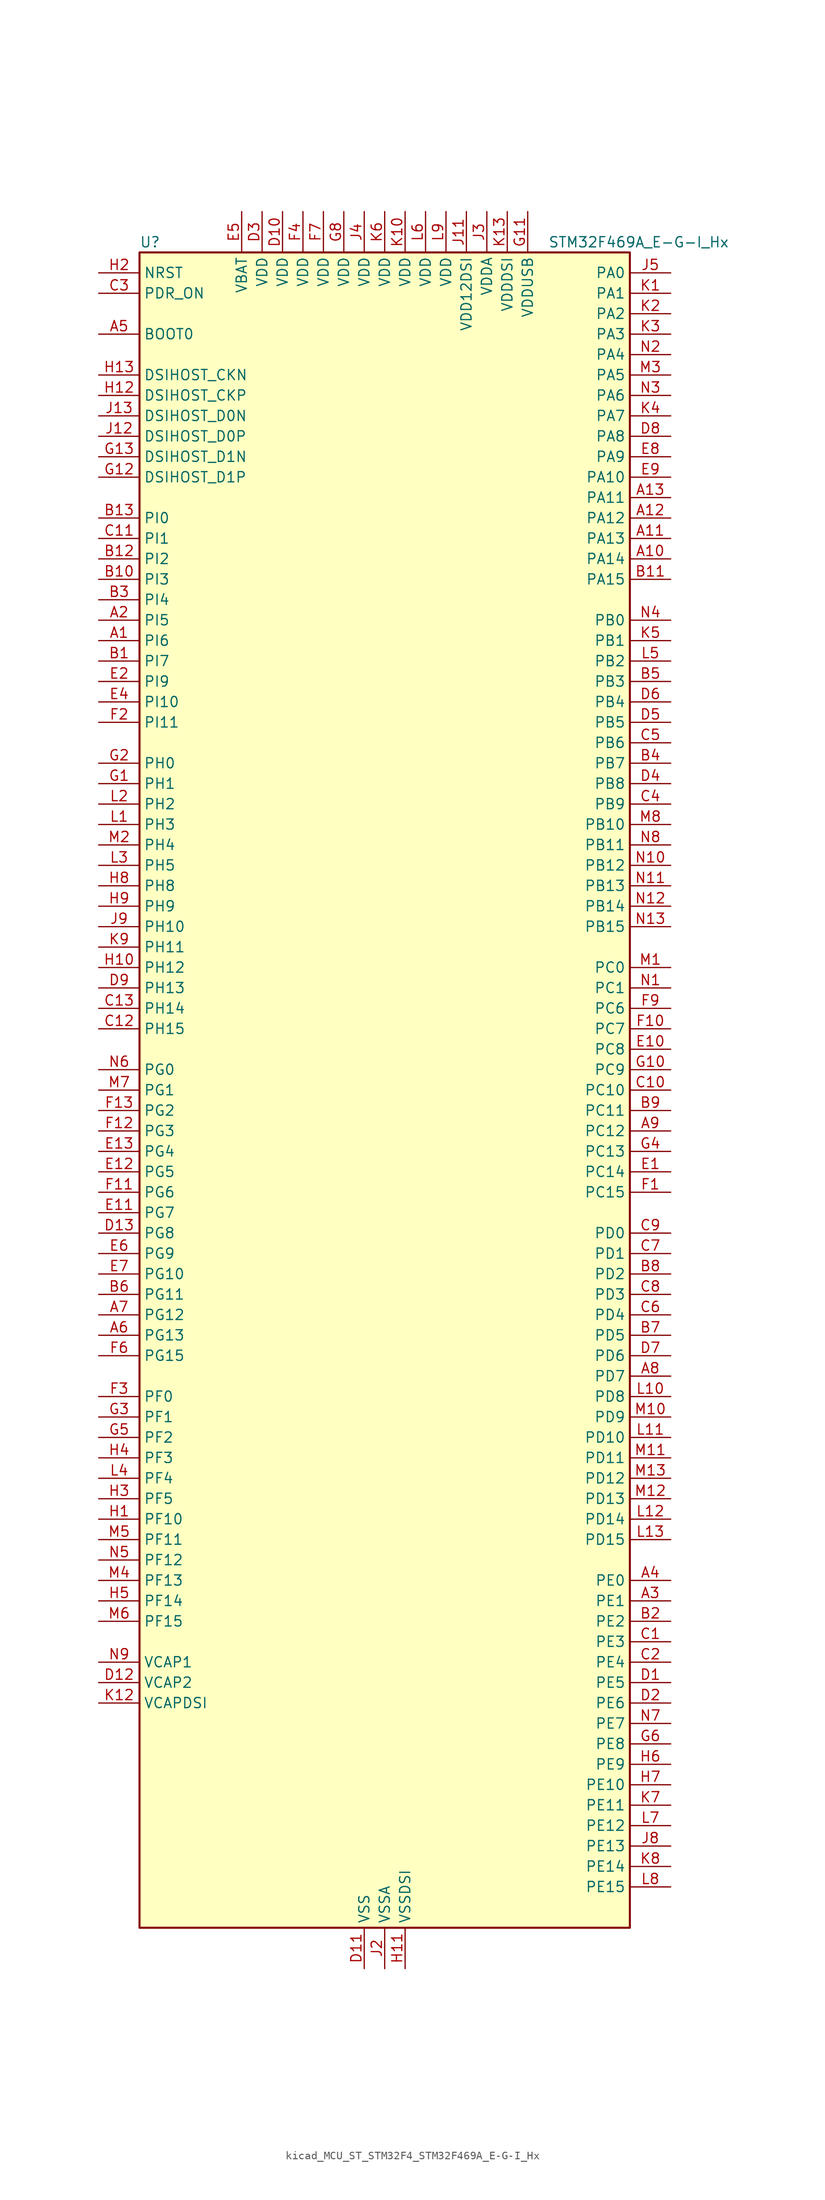
<source format=kicad_sym>
(kicad_symbol_lib
  (version 20220914)
  (generator kicad_symbol_editor)
  (symbol "kicad_MCU_ST_STM32F4_STM32F469A_E-G-I_Hx"
    (property "Reference" "U"
      (at -30.48 105.41 0)
      (effects (font (size 1.27 1.27)) (justify left)))
    (property "Value" "STM32F469A_E-G-I_Hx"
      (at 20.32 105.41 0)
      (effects (font (size 1.27 1.27)) (justify left)))
    (property "ki_locked" ""
      (at 0 0 0)
      (effects (font (size 1.27 1.27))))
    (symbol "kicad_MCU_ST_STM32F4_STM32F469A_E-G-I_Hx_0_1"
      (rectangle (start -30.48 -104.14) (end 30.48 104.14) (stroke (width 0.254) (type default)) (fill (type background))))
    (symbol "kicad_MCU_ST_STM32F4_STM32F469A_E-G-I_Hx_1_1"
      (pin bidirectional line (at -35.56 55.88 0) (length 5.08) (name "PI6" (effects (font (size 1.27 1.27)))) (number "A1" (effects (font (size 1.27 1.27)))) (alternate "DCMI_D6" bidirectional line) (alternate "FMC_D28" bidirectional line) (alternate "LTDC_B6" bidirectional line) (alternate "TIM8_CH2" bidirectional line))
      (pin bidirectional line (at 35.56 66.04 180) (length 5.08) (name "PA14" (effects (font (size 1.27 1.27)))) (number "A10" (effects (font (size 1.27 1.27)))) (alternate "SYS_JTCK-SWCLK" bidirectional line))
      (pin bidirectional line (at 35.56 68.58 180) (length 5.08) (name "PA13" (effects (font (size 1.27 1.27)))) (number "A11" (effects (font (size 1.27 1.27)))) (alternate "SYS_JTMS-SWDIO" bidirectional line))
      (pin bidirectional line (at 35.56 71.12 180) (length 5.08) (name "PA12" (effects (font (size 1.27 1.27)))) (number "A12" (effects (font (size 1.27 1.27)))) (alternate "CAN1_TX" bidirectional line) (alternate "LTDC_R5" bidirectional line) (alternate "TIM1_ETR" bidirectional line) (alternate "USART1_RTS" bidirectional line) (alternate "USB_OTG_FS_DP" bidirectional line))
      (pin bidirectional line (at 35.56 73.66 180) (length 5.08) (name "PA11" (effects (font (size 1.27 1.27)))) (number "A13" (effects (font (size 1.27 1.27)))) (alternate "ADC1_EXTI11" bidirectional line) (alternate "ADC2_EXTI11" bidirectional line) (alternate "ADC3_EXTI11" bidirectional line) (alternate "CAN1_RX" bidirectional line) (alternate "LTDC_R4" bidirectional line) (alternate "TIM1_CH4" bidirectional line) (alternate "USART1_CTS" bidirectional line) (alternate "USB_OTG_FS_DM" bidirectional line))
      (pin bidirectional line (at -35.56 58.42 0) (length 5.08) (name "PI5" (effects (font (size 1.27 1.27)))) (number "A2" (effects (font (size 1.27 1.27)))) (alternate "DCMI_VSYNC" bidirectional line) (alternate "FMC_NBL3" bidirectional line) (alternate "LTDC_B5" bidirectional line) (alternate "TIM8_CH1" bidirectional line))
      (pin bidirectional line (at 35.56 -63.5 180) (length 5.08) (name "PE1" (effects (font (size 1.27 1.27)))) (number "A3" (effects (font (size 1.27 1.27)))) (alternate "DCMI_D3" bidirectional line) (alternate "FMC_NBL1" bidirectional line) (alternate "UART8_TX" bidirectional line))
      (pin bidirectional line (at 35.56 -60.96 180) (length 5.08) (name "PE0" (effects (font (size 1.27 1.27)))) (number "A4" (effects (font (size 1.27 1.27)))) (alternate "DCMI_D2" bidirectional line) (alternate "FMC_NBL0" bidirectional line) (alternate "TIM4_ETR" bidirectional line) (alternate "UART8_RX" bidirectional line))
      (pin input line (at -35.56 93.98 0) (length 5.08) (name "BOOT0" (effects (font (size 1.27 1.27)))) (number "A5" (effects (font (size 1.27 1.27)))))
      (pin bidirectional line (at -35.56 -30.48 0) (length 5.08) (name "PG13" (effects (font (size 1.27 1.27)))) (number "A6" (effects (font (size 1.27 1.27)))) (alternate "FMC_A24" bidirectional line) (alternate "LTDC_R0" bidirectional line) (alternate "SPI6_SCK" bidirectional line) (alternate "SYS_TRACED0" bidirectional line) (alternate "USART6_CTS" bidirectional line))
      (pin bidirectional line (at -35.56 -27.94 0) (length 5.08) (name "PG12" (effects (font (size 1.27 1.27)))) (number "A7" (effects (font (size 1.27 1.27)))) (alternate "FMC_NE4" bidirectional line) (alternate "LTDC_B1" bidirectional line) (alternate "LTDC_B4" bidirectional line) (alternate "SPI6_MISO" bidirectional line) (alternate "USART6_RTS" bidirectional line))
      (pin bidirectional line (at 35.56 -35.56 180) (length 5.08) (name "PD7" (effects (font (size 1.27 1.27)))) (number "A8" (effects (font (size 1.27 1.27)))) (alternate "FMC_NE1" bidirectional line) (alternate "USART2_CK" bidirectional line))
      (pin bidirectional line (at 35.56 -5.08 180) (length 5.08) (name "PC12" (effects (font (size 1.27 1.27)))) (number "A9" (effects (font (size 1.27 1.27)))) (alternate "DCMI_D9" bidirectional line) (alternate "I2S3_SD" bidirectional line) (alternate "SDIO_CK" bidirectional line) (alternate "SPI3_MOSI" bidirectional line) (alternate "SYS_TRACED3" bidirectional line) (alternate "UART5_TX" bidirectional line) (alternate "USART3_CK" bidirectional line))
      (pin bidirectional line (at -35.56 53.34 0) (length 5.08) (name "PI7" (effects (font (size 1.27 1.27)))) (number "B1" (effects (font (size 1.27 1.27)))) (alternate "DCMI_D7" bidirectional line) (alternate "FMC_D29" bidirectional line) (alternate "LTDC_B7" bidirectional line) (alternate "TIM8_CH3" bidirectional line))
      (pin bidirectional line (at -35.56 63.5 0) (length 5.08) (name "PI3" (effects (font (size 1.27 1.27)))) (number "B10" (effects (font (size 1.27 1.27)))) (alternate "DCMI_D10" bidirectional line) (alternate "FMC_D27" bidirectional line) (alternate "I2S2_SD" bidirectional line) (alternate "SPI2_MOSI" bidirectional line) (alternate "TIM8_ETR" bidirectional line))
      (pin bidirectional line (at 35.56 63.5 180) (length 5.08) (name "PA15" (effects (font (size 1.27 1.27)))) (number "B11" (effects (font (size 1.27 1.27)))) (alternate "ADC1_EXTI15" bidirectional line) (alternate "ADC2_EXTI15" bidirectional line) (alternate "ADC3_EXTI15" bidirectional line) (alternate "I2S3_WS" bidirectional line) (alternate "SPI1_NSS" bidirectional line) (alternate "SPI3_NSS" bidirectional line) (alternate "SYS_JTDI" bidirectional line) (alternate "TIM2_CH1" bidirectional line) (alternate "TIM2_ETR" bidirectional line))
      (pin bidirectional line (at -35.56 66.04 0) (length 5.08) (name "PI2" (effects (font (size 1.27 1.27)))) (number "B12" (effects (font (size 1.27 1.27)))) (alternate "DCMI_D9" bidirectional line) (alternate "FMC_D26" bidirectional line) (alternate "I2S2_ext_SD" bidirectional line) (alternate "LTDC_G7" bidirectional line) (alternate "SPI2_MISO" bidirectional line) (alternate "TIM8_CH4" bidirectional line))
      (pin bidirectional line (at -35.56 71.12 0) (length 5.08) (name "PI0" (effects (font (size 1.27 1.27)))) (number "B13" (effects (font (size 1.27 1.27)))) (alternate "DCMI_D13" bidirectional line) (alternate "FMC_D24" bidirectional line) (alternate "I2S2_WS" bidirectional line) (alternate "LTDC_G5" bidirectional line) (alternate "SPI2_NSS" bidirectional line) (alternate "TIM5_CH4" bidirectional line))
      (pin bidirectional line (at 35.56 -66.04 180) (length 5.08) (name "PE2" (effects (font (size 1.27 1.27)))) (number "B2" (effects (font (size 1.27 1.27)))) (alternate "FMC_A23" bidirectional line) (alternate "QUADSPI_BK1_IO2" bidirectional line) (alternate "SAI1_MCLK_A" bidirectional line) (alternate "SPI4_SCK" bidirectional line) (alternate "SYS_TRACECLK" bidirectional line))
      (pin bidirectional line (at -35.56 60.96 0) (length 5.08) (name "PI4" (effects (font (size 1.27 1.27)))) (number "B3" (effects (font (size 1.27 1.27)))) (alternate "DCMI_D5" bidirectional line) (alternate "FMC_NBL2" bidirectional line) (alternate "LTDC_B4" bidirectional line) (alternate "TIM8_BKIN" bidirectional line))
      (pin bidirectional line (at 35.56 40.64 180) (length 5.08) (name "PB7" (effects (font (size 1.27 1.27)))) (number "B4" (effects (font (size 1.27 1.27)))) (alternate "DCMI_VSYNC" bidirectional line) (alternate "FMC_NL" bidirectional line) (alternate "I2C1_SDA" bidirectional line) (alternate "TIM4_CH2" bidirectional line) (alternate "USART1_RX" bidirectional line))
      (pin bidirectional line (at 35.56 50.8 180) (length 5.08) (name "PB3" (effects (font (size 1.27 1.27)))) (number "B5" (effects (font (size 1.27 1.27)))) (alternate "I2S3_CK" bidirectional line) (alternate "SPI1_SCK" bidirectional line) (alternate "SPI3_SCK" bidirectional line) (alternate "SYS_JTDO-SWO" bidirectional line) (alternate "TIM2_CH2" bidirectional line))
      (pin bidirectional line (at -35.56 -25.4 0) (length 5.08) (name "PG11" (effects (font (size 1.27 1.27)))) (number "B6" (effects (font (size 1.27 1.27)))) (alternate "ADC1_EXTI11" bidirectional line) (alternate "ADC2_EXTI11" bidirectional line) (alternate "ADC3_EXTI11" bidirectional line) (alternate "DCMI_D3" bidirectional line) (alternate "LTDC_B3" bidirectional line))
      (pin bidirectional line (at 35.56 -30.48 180) (length 5.08) (name "PD5" (effects (font (size 1.27 1.27)))) (number "B7" (effects (font (size 1.27 1.27)))) (alternate "FMC_NWE" bidirectional line) (alternate "USART2_TX" bidirectional line))
      (pin bidirectional line (at 35.56 -22.86 180) (length 5.08) (name "PD2" (effects (font (size 1.27 1.27)))) (number "B8" (effects (font (size 1.27 1.27)))) (alternate "DCMI_D11" bidirectional line) (alternate "SDIO_CMD" bidirectional line) (alternate "SYS_TRACED2" bidirectional line) (alternate "TIM3_ETR" bidirectional line) (alternate "UART5_RX" bidirectional line))
      (pin bidirectional line (at 35.56 -2.54 180) (length 5.08) (name "PC11" (effects (font (size 1.27 1.27)))) (number "B9" (effects (font (size 1.27 1.27)))) (alternate "ADC1_EXTI11" bidirectional line) (alternate "ADC2_EXTI11" bidirectional line) (alternate "ADC3_EXTI11" bidirectional line) (alternate "DCMI_D4" bidirectional line) (alternate "I2S3_ext_SD" bidirectional line) (alternate "QUADSPI_BK2_NCS" bidirectional line) (alternate "SDIO_D3" bidirectional line) (alternate "SPI3_MISO" bidirectional line) (alternate "UART4_RX" bidirectional line) (alternate "USART3_RX" bidirectional line))
      (pin bidirectional line (at 35.56 -68.58 180) (length 5.08) (name "PE3" (effects (font (size 1.27 1.27)))) (number "C1" (effects (font (size 1.27 1.27)))) (alternate "FMC_A19" bidirectional line) (alternate "SAI1_SD_B" bidirectional line) (alternate "SYS_TRACED0" bidirectional line))
      (pin bidirectional line (at 35.56 0 180) (length 5.08) (name "PC10" (effects (font (size 1.27 1.27)))) (number "C10" (effects (font (size 1.27 1.27)))) (alternate "DCMI_D8" bidirectional line) (alternate "I2S3_CK" bidirectional line) (alternate "LTDC_R2" bidirectional line) (alternate "QUADSPI_BK1_IO1" bidirectional line) (alternate "SDIO_D2" bidirectional line) (alternate "SPI3_SCK" bidirectional line) (alternate "UART4_TX" bidirectional line) (alternate "USART3_TX" bidirectional line))
      (pin bidirectional line (at -35.56 68.58 0) (length 5.08) (name "PI1" (effects (font (size 1.27 1.27)))) (number "C11" (effects (font (size 1.27 1.27)))) (alternate "DCMI_D8" bidirectional line) (alternate "FMC_D25" bidirectional line) (alternate "I2S2_CK" bidirectional line) (alternate "LTDC_G6" bidirectional line) (alternate "SPI2_SCK" bidirectional line))
      (pin bidirectional line (at -35.56 7.62 0) (length 5.08) (name "PH15" (effects (font (size 1.27 1.27)))) (number "C12" (effects (font (size 1.27 1.27)))) (alternate "ADC1_EXTI15" bidirectional line) (alternate "ADC2_EXTI15" bidirectional line) (alternate "ADC3_EXTI15" bidirectional line) (alternate "DCMI_D11" bidirectional line) (alternate "FMC_D23" bidirectional line) (alternate "LTDC_G4" bidirectional line) (alternate "TIM8_CH3N" bidirectional line))
      (pin bidirectional line (at -35.56 10.16 0) (length 5.08) (name "PH14" (effects (font (size 1.27 1.27)))) (number "C13" (effects (font (size 1.27 1.27)))) (alternate "DCMI_D4" bidirectional line) (alternate "FMC_D22" bidirectional line) (alternate "LTDC_G3" bidirectional line) (alternate "TIM8_CH2N" bidirectional line))
      (pin bidirectional line (at 35.56 -71.12 180) (length 5.08) (name "PE4" (effects (font (size 1.27 1.27)))) (number "C2" (effects (font (size 1.27 1.27)))) (alternate "DCMI_D4" bidirectional line) (alternate "FMC_A20" bidirectional line) (alternate "LTDC_B0" bidirectional line) (alternate "SAI1_FS_A" bidirectional line) (alternate "SPI4_NSS" bidirectional line) (alternate "SYS_TRACED1" bidirectional line))
      (pin input line (at -35.56 99.06 0) (length 5.08) (name "PDR_ON" (effects (font (size 1.27 1.27)))) (number "C3" (effects (font (size 1.27 1.27)))))
      (pin bidirectional line (at 35.56 35.56 180) (length 5.08) (name "PB9" (effects (font (size 1.27 1.27)))) (number "C4" (effects (font (size 1.27 1.27)))) (alternate "CAN1_TX" bidirectional line) (alternate "DAC_EXTI9" bidirectional line) (alternate "DCMI_D7" bidirectional line) (alternate "I2C1_SDA" bidirectional line) (alternate "I2S2_WS" bidirectional line) (alternate "LTDC_B7" bidirectional line) (alternate "SDIO_D5" bidirectional line) (alternate "SPI2_NSS" bidirectional line) (alternate "TIM11_CH1" bidirectional line) (alternate "TIM4_CH4" bidirectional line))
      (pin bidirectional line (at 35.56 43.18 180) (length 5.08) (name "PB6" (effects (font (size 1.27 1.27)))) (number "C5" (effects (font (size 1.27 1.27)))) (alternate "CAN2_TX" bidirectional line) (alternate "DCMI_D5" bidirectional line) (alternate "FMC_SDNE1" bidirectional line) (alternate "I2C1_SCL" bidirectional line) (alternate "QUADSPI_BK1_NCS" bidirectional line) (alternate "TIM4_CH1" bidirectional line) (alternate "USART1_TX" bidirectional line))
      (pin bidirectional line (at 35.56 -27.94 180) (length 5.08) (name "PD4" (effects (font (size 1.27 1.27)))) (number "C6" (effects (font (size 1.27 1.27)))) (alternate "FMC_NOE" bidirectional line) (alternate "USART2_RTS" bidirectional line))
      (pin bidirectional line (at 35.56 -20.32 180) (length 5.08) (name "PD1" (effects (font (size 1.27 1.27)))) (number "C7" (effects (font (size 1.27 1.27)))) (alternate "CAN1_TX" bidirectional line) (alternate "FMC_D3" bidirectional line) (alternate "FMC_DA3" bidirectional line))
      (pin bidirectional line (at 35.56 -25.4 180) (length 5.08) (name "PD3" (effects (font (size 1.27 1.27)))) (number "C8" (effects (font (size 1.27 1.27)))) (alternate "DCMI_D5" bidirectional line) (alternate "FMC_CLK" bidirectional line) (alternate "I2S2_CK" bidirectional line) (alternate "LTDC_G7" bidirectional line) (alternate "SPI2_SCK" bidirectional line) (alternate "USART2_CTS" bidirectional line))
      (pin bidirectional line (at 35.56 -17.78 180) (length 5.08) (name "PD0" (effects (font (size 1.27 1.27)))) (number "C9" (effects (font (size 1.27 1.27)))) (alternate "CAN1_RX" bidirectional line) (alternate "FMC_D2" bidirectional line) (alternate "FMC_DA2" bidirectional line))
      (pin bidirectional line (at 35.56 -73.66 180) (length 5.08) (name "PE5" (effects (font (size 1.27 1.27)))) (number "D1" (effects (font (size 1.27 1.27)))) (alternate "DCMI_D6" bidirectional line) (alternate "FMC_A21" bidirectional line) (alternate "LTDC_G0" bidirectional line) (alternate "SAI1_SCK_A" bidirectional line) (alternate "SPI4_MISO" bidirectional line) (alternate "SYS_TRACED2" bidirectional line) (alternate "TIM9_CH1" bidirectional line))
      (pin power_in line (at -12.7 109.22 270) (length 5.08) (name "VDD" (effects (font (size 1.27 1.27)))) (number "D10" (effects (font (size 1.27 1.27)))))
      (pin power_in line (at -2.54 -109.22 90) (length 5.08) (name "VSS" (effects (font (size 1.27 1.27)))) (number "D11" (effects (font (size 1.27 1.27)))))
      (pin power_out line (at -35.56 -73.66 0) (length 5.08) (name "VCAP2" (effects (font (size 1.27 1.27)))) (number "D12" (effects (font (size 1.27 1.27)))))
      (pin bidirectional line (at -35.56 -17.78 0) (length 5.08) (name "PG8" (effects (font (size 1.27 1.27)))) (number "D13" (effects (font (size 1.27 1.27)))) (alternate "FMC_SDCLK" bidirectional line) (alternate "LTDC_G7" bidirectional line) (alternate "SPI6_NSS" bidirectional line) (alternate "USART6_RTS" bidirectional line))
      (pin bidirectional line (at 35.56 -76.2 180) (length 5.08) (name "PE6" (effects (font (size 1.27 1.27)))) (number "D2" (effects (font (size 1.27 1.27)))) (alternate "DCMI_D7" bidirectional line) (alternate "FMC_A22" bidirectional line) (alternate "LTDC_G1" bidirectional line) (alternate "SAI1_SD_A" bidirectional line) (alternate "SPI4_MOSI" bidirectional line) (alternate "SYS_TRACED3" bidirectional line) (alternate "TIM9_CH2" bidirectional line))
      (pin power_in line (at -15.24 109.22 270) (length 5.08) (name "VDD" (effects (font (size 1.27 1.27)))) (number "D3" (effects (font (size 1.27 1.27)))))
      (pin bidirectional line (at 35.56 38.1 180) (length 5.08) (name "PB8" (effects (font (size 1.27 1.27)))) (number "D4" (effects (font (size 1.27 1.27)))) (alternate "CAN1_RX" bidirectional line) (alternate "DCMI_D6" bidirectional line) (alternate "I2C1_SCL" bidirectional line) (alternate "LTDC_B6" bidirectional line) (alternate "SDIO_D4" bidirectional line) (alternate "TIM10_CH1" bidirectional line) (alternate "TIM4_CH3" bidirectional line))
      (pin bidirectional line (at 35.56 45.72 180) (length 5.08) (name "PB5" (effects (font (size 1.27 1.27)))) (number "D5" (effects (font (size 1.27 1.27)))) (alternate "CAN2_RX" bidirectional line) (alternate "DCMI_D10" bidirectional line) (alternate "FMC_SDCKE1" bidirectional line) (alternate "I2C1_SMBA" bidirectional line) (alternate "I2S3_SD" bidirectional line) (alternate "LTDC_G7" bidirectional line) (alternate "SPI1_MOSI" bidirectional line) (alternate "SPI3_MOSI" bidirectional line) (alternate "TIM3_CH2" bidirectional line) (alternate "USB_OTG_HS_ULPI_D7" bidirectional line))
      (pin bidirectional line (at 35.56 48.26 180) (length 5.08) (name "PB4" (effects (font (size 1.27 1.27)))) (number "D6" (effects (font (size 1.27 1.27)))) (alternate "I2S3_ext_SD" bidirectional line) (alternate "SPI1_MISO" bidirectional line) (alternate "SPI3_MISO" bidirectional line) (alternate "SYS_JTRST" bidirectional line) (alternate "TIM3_CH1" bidirectional line))
      (pin bidirectional line (at 35.56 -33.02 180) (length 5.08) (name "PD6" (effects (font (size 1.27 1.27)))) (number "D7" (effects (font (size 1.27 1.27)))) (alternate "DCMI_D10" bidirectional line) (alternate "FMC_NWAIT" bidirectional line) (alternate "I2S3_SD" bidirectional line) (alternate "LTDC_B2" bidirectional line) (alternate "SAI1_SD_A" bidirectional line) (alternate "SPI3_MOSI" bidirectional line) (alternate "USART2_RX" bidirectional line))
      (pin bidirectional line (at 35.56 81.28 180) (length 5.08) (name "PA8" (effects (font (size 1.27 1.27)))) (number "D8" (effects (font (size 1.27 1.27)))) (alternate "I2C3_SCL" bidirectional line) (alternate "LTDC_R6" bidirectional line) (alternate "RCC_MCO_1" bidirectional line) (alternate "TIM1_CH1" bidirectional line) (alternate "USART1_CK" bidirectional line) (alternate "USB_OTG_FS_SOF" bidirectional line))
      (pin bidirectional line (at -35.56 12.7 0) (length 5.08) (name "PH13" (effects (font (size 1.27 1.27)))) (number "D9" (effects (font (size 1.27 1.27)))) (alternate "CAN1_TX" bidirectional line) (alternate "FMC_D21" bidirectional line) (alternate "LTDC_G2" bidirectional line) (alternate "TIM8_CH1N" bidirectional line))
      (pin bidirectional line (at 35.56 -10.16 180) (length 5.08) (name "PC14" (effects (font (size 1.27 1.27)))) (number "E1" (effects (font (size 1.27 1.27)))) (alternate "RCC_OSC32_IN" bidirectional line))
      (pin bidirectional line (at 35.56 5.08 180) (length 5.08) (name "PC8" (effects (font (size 1.27 1.27)))) (number "E10" (effects (font (size 1.27 1.27)))) (alternate "DCMI_D2" bidirectional line) (alternate "SDIO_D0" bidirectional line) (alternate "SYS_TRACED1" bidirectional line) (alternate "TIM3_CH3" bidirectional line) (alternate "TIM8_CH3" bidirectional line) (alternate "USART6_CK" bidirectional line))
      (pin bidirectional line (at -35.56 -15.24 0) (length 5.08) (name "PG7" (effects (font (size 1.27 1.27)))) (number "E11" (effects (font (size 1.27 1.27)))) (alternate "DCMI_D13" bidirectional line) (alternate "FMC_INT" bidirectional line) (alternate "LTDC_CLK" bidirectional line) (alternate "SAI1_MCLK_A" bidirectional line) (alternate "USART6_CK" bidirectional line))
      (pin bidirectional line (at -35.56 -10.16 0) (length 5.08) (name "PG5" (effects (font (size 1.27 1.27)))) (number "E12" (effects (font (size 1.27 1.27)))) (alternate "FMC_A15" bidirectional line) (alternate "FMC_BA1" bidirectional line))
      (pin bidirectional line (at -35.56 -7.62 0) (length 5.08) (name "PG4" (effects (font (size 1.27 1.27)))) (number "E13" (effects (font (size 1.27 1.27)))) (alternate "FMC_A14" bidirectional line) (alternate "FMC_BA0" bidirectional line))
      (pin bidirectional line (at -35.56 50.8 0) (length 5.08) (name "PI9" (effects (font (size 1.27 1.27)))) (number "E2" (effects (font (size 1.27 1.27)))) (alternate "CAN1_RX" bidirectional line) (alternate "DAC_EXTI9" bidirectional line) (alternate "FMC_D30" bidirectional line) (alternate "LTDC_VSYNC" bidirectional line))
      (pin passive line (at -2.54 -109.22 90) (length 5.08) hide (name "VSS" (effects (font (size 1.27 1.27)))) (number "E3" (effects (font (size 1.27 1.27)))))
      (pin bidirectional line (at -35.56 48.26 0) (length 5.08) (name "PI10" (effects (font (size 1.27 1.27)))) (number "E4" (effects (font (size 1.27 1.27)))) (alternate "FMC_D31" bidirectional line) (alternate "LTDC_HSYNC" bidirectional line))
      (pin power_in line (at -17.78 109.22 270) (length 5.08) (name "VBAT" (effects (font (size 1.27 1.27)))) (number "E5" (effects (font (size 1.27 1.27)))))
      (pin bidirectional line (at -35.56 -20.32 0) (length 5.08) (name "PG9" (effects (font (size 1.27 1.27)))) (number "E6" (effects (font (size 1.27 1.27)))) (alternate "DAC_EXTI9" bidirectional line) (alternate "DCMI_VSYNC" bidirectional line) (alternate "FMC_NCE" bidirectional line) (alternate "FMC_NE2" bidirectional line) (alternate "QUADSPI_BK2_IO2" bidirectional line) (alternate "USART6_RX" bidirectional line))
      (pin bidirectional line (at -35.56 -22.86 0) (length 5.08) (name "PG10" (effects (font (size 1.27 1.27)))) (number "E7" (effects (font (size 1.27 1.27)))) (alternate "DCMI_D2" bidirectional line) (alternate "FMC_NE3" bidirectional line) (alternate "LTDC_B2" bidirectional line) (alternate "LTDC_G3" bidirectional line))
      (pin bidirectional line (at 35.56 78.74 180) (length 5.08) (name "PA9" (effects (font (size 1.27 1.27)))) (number "E8" (effects (font (size 1.27 1.27)))) (alternate "DAC_EXTI9" bidirectional line) (alternate "DCMI_D0" bidirectional line) (alternate "I2C3_SMBA" bidirectional line) (alternate "I2S2_CK" bidirectional line) (alternate "SPI2_SCK" bidirectional line) (alternate "TIM1_CH2" bidirectional line) (alternate "USART1_TX" bidirectional line) (alternate "USB_OTG_FS_VBUS" bidirectional line))
      (pin bidirectional line (at 35.56 76.2 180) (length 5.08) (name "PA10" (effects (font (size 1.27 1.27)))) (number "E9" (effects (font (size 1.27 1.27)))) (alternate "DCMI_D1" bidirectional line) (alternate "TIM1_CH3" bidirectional line) (alternate "USART1_RX" bidirectional line) (alternate "USB_OTG_FS_ID" bidirectional line))
      (pin bidirectional line (at 35.56 -12.7 180) (length 5.08) (name "PC15" (effects (font (size 1.27 1.27)))) (number "F1" (effects (font (size 1.27 1.27)))) (alternate "ADC1_EXTI15" bidirectional line) (alternate "ADC2_EXTI15" bidirectional line) (alternate "ADC3_EXTI15" bidirectional line) (alternate "RCC_OSC32_OUT" bidirectional line))
      (pin bidirectional line (at 35.56 7.62 180) (length 5.08) (name "PC7" (effects (font (size 1.27 1.27)))) (number "F10" (effects (font (size 1.27 1.27)))) (alternate "DCMI_D1" bidirectional line) (alternate "I2S3_MCK" bidirectional line) (alternate "LTDC_G6" bidirectional line) (alternate "SDIO_D7" bidirectional line) (alternate "TIM3_CH2" bidirectional line) (alternate "TIM8_CH2" bidirectional line) (alternate "USART6_RX" bidirectional line))
      (pin bidirectional line (at -35.56 -12.7 0) (length 5.08) (name "PG6" (effects (font (size 1.27 1.27)))) (number "F11" (effects (font (size 1.27 1.27)))) (alternate "DCMI_D12" bidirectional line) (alternate "LTDC_R7" bidirectional line))
      (pin bidirectional line (at -35.56 -5.08 0) (length 5.08) (name "PG3" (effects (font (size 1.27 1.27)))) (number "F12" (effects (font (size 1.27 1.27)))) (alternate "FMC_A13" bidirectional line))
      (pin bidirectional line (at -35.56 -2.54 0) (length 5.08) (name "PG2" (effects (font (size 1.27 1.27)))) (number "F13" (effects (font (size 1.27 1.27)))) (alternate "FMC_A12" bidirectional line))
      (pin bidirectional line (at -35.56 45.72 0) (length 5.08) (name "PI11" (effects (font (size 1.27 1.27)))) (number "F2" (effects (font (size 1.27 1.27)))) (alternate "ADC1_EXTI11" bidirectional line) (alternate "ADC2_EXTI11" bidirectional line) (alternate "ADC3_EXTI11" bidirectional line) (alternate "LTDC_G6" bidirectional line) (alternate "USB_OTG_HS_ULPI_DIR" bidirectional line))
      (pin bidirectional line (at -35.56 -38.1 0) (length 5.08) (name "PF0" (effects (font (size 1.27 1.27)))) (number "F3" (effects (font (size 1.27 1.27)))) (alternate "FMC_A0" bidirectional line) (alternate "I2C2_SDA" bidirectional line))
      (pin power_in line (at -10.16 109.22 270) (length 5.08) (name "VDD" (effects (font (size 1.27 1.27)))) (number "F4" (effects (font (size 1.27 1.27)))))
      (pin passive line (at -2.54 -109.22 90) (length 5.08) hide (name "VSS" (effects (font (size 1.27 1.27)))) (number "F5" (effects (font (size 1.27 1.27)))))
      (pin bidirectional line (at -35.56 -33.02 0) (length 5.08) (name "PG15" (effects (font (size 1.27 1.27)))) (number "F6" (effects (font (size 1.27 1.27)))) (alternate "ADC1_EXTI15" bidirectional line) (alternate "ADC2_EXTI15" bidirectional line) (alternate "ADC3_EXTI15" bidirectional line) (alternate "DCMI_D13" bidirectional line) (alternate "FMC_SDNCAS" bidirectional line) (alternate "USART6_CTS" bidirectional line))
      (pin power_in line (at -7.62 109.22 270) (length 5.08) (name "VDD" (effects (font (size 1.27 1.27)))) (number "F7" (effects (font (size 1.27 1.27)))))
      (pin passive line (at -2.54 -109.22 90) (length 5.08) hide (name "VSS" (effects (font (size 1.27 1.27)))) (number "F8" (effects (font (size 1.27 1.27)))))
      (pin bidirectional line (at 35.56 10.16 180) (length 5.08) (name "PC6" (effects (font (size 1.27 1.27)))) (number "F9" (effects (font (size 1.27 1.27)))) (alternate "DCMI_D0" bidirectional line) (alternate "I2S2_MCK" bidirectional line) (alternate "LTDC_HSYNC" bidirectional line) (alternate "SDIO_D6" bidirectional line) (alternate "TIM3_CH1" bidirectional line) (alternate "TIM8_CH1" bidirectional line) (alternate "USART6_TX" bidirectional line))
      (pin bidirectional line (at -35.56 38.1 0) (length 5.08) (name "PH1" (effects (font (size 1.27 1.27)))) (number "G1" (effects (font (size 1.27 1.27)))) (alternate "RCC_OSC_OUT" bidirectional line))
      (pin bidirectional line (at 35.56 2.54 180) (length 5.08) (name "PC9" (effects (font (size 1.27 1.27)))) (number "G10" (effects (font (size 1.27 1.27)))) (alternate "DAC_EXTI9" bidirectional line) (alternate "DCMI_D3" bidirectional line) (alternate "I2C3_SDA" bidirectional line) (alternate "I2S_CKIN" bidirectional line) (alternate "QUADSPI_BK1_IO0" bidirectional line) (alternate "RCC_MCO_2" bidirectional line) (alternate "SDIO_D1" bidirectional line) (alternate "TIM3_CH4" bidirectional line) (alternate "TIM8_CH4" bidirectional line))
      (pin power_in line (at 17.78 109.22 270) (length 5.08) (name "VDDUSB" (effects (font (size 1.27 1.27)))) (number "G11" (effects (font (size 1.27 1.27)))))
      (pin bidirectional line (at -35.56 76.2 0) (length 5.08) (name "DSIHOST_D1P" (effects (font (size 1.27 1.27)))) (number "G12" (effects (font (size 1.27 1.27)))) (alternate "DSIHOST_D1P" bidirectional line))
      (pin bidirectional line (at -35.56 78.74 0) (length 5.08) (name "DSIHOST_D1N" (effects (font (size 1.27 1.27)))) (number "G13" (effects (font (size 1.27 1.27)))) (alternate "DSIHOST_D1N" bidirectional line))
      (pin bidirectional line (at -35.56 40.64 0) (length 5.08) (name "PH0" (effects (font (size 1.27 1.27)))) (number "G2" (effects (font (size 1.27 1.27)))) (alternate "RCC_OSC_IN" bidirectional line))
      (pin bidirectional line (at -35.56 -40.64 0) (length 5.08) (name "PF1" (effects (font (size 1.27 1.27)))) (number "G3" (effects (font (size 1.27 1.27)))) (alternate "FMC_A1" bidirectional line) (alternate "I2C2_SCL" bidirectional line))
      (pin bidirectional line (at 35.56 -7.62 180) (length 5.08) (name "PC13" (effects (font (size 1.27 1.27)))) (number "G4" (effects (font (size 1.27 1.27)))) (alternate "RTC_AF1" bidirectional line))
      (pin bidirectional line (at -35.56 -43.18 0) (length 5.08) (name "PF2" (effects (font (size 1.27 1.27)))) (number "G5" (effects (font (size 1.27 1.27)))) (alternate "FMC_A2" bidirectional line) (alternate "I2C2_SMBA" bidirectional line))
      (pin bidirectional line (at 35.56 -81.28 180) (length 5.08) (name "PE8" (effects (font (size 1.27 1.27)))) (number "G6" (effects (font (size 1.27 1.27)))) (alternate "FMC_D5" bidirectional line) (alternate "FMC_DA5" bidirectional line) (alternate "QUADSPI_BK2_IO1" bidirectional line) (alternate "TIM1_CH1N" bidirectional line) (alternate "UART7_TX" bidirectional line))
      (pin passive line (at -2.54 -109.22 90) (length 5.08) hide (name "VSS" (effects (font (size 1.27 1.27)))) (number "G7" (effects (font (size 1.27 1.27)))))
      (pin power_in line (at -5.08 109.22 270) (length 5.08) (name "VDD" (effects (font (size 1.27 1.27)))) (number "G8" (effects (font (size 1.27 1.27)))))
      (pin passive line (at -2.54 -109.22 90) (length 5.08) hide (name "VSS" (effects (font (size 1.27 1.27)))) (number "G9" (effects (font (size 1.27 1.27)))))
      (pin bidirectional line (at -35.56 -53.34 0) (length 5.08) (name "PF10" (effects (font (size 1.27 1.27)))) (number "H1" (effects (font (size 1.27 1.27)))) (alternate "ADC3_IN8" bidirectional line) (alternate "DCMI_D11" bidirectional line) (alternate "LTDC_DE" bidirectional line) (alternate "QUADSPI_CLK" bidirectional line))
      (pin bidirectional line (at -35.56 15.24 0) (length 5.08) (name "PH12" (effects (font (size 1.27 1.27)))) (number "H10" (effects (font (size 1.27 1.27)))) (alternate "DCMI_D3" bidirectional line) (alternate "FMC_D20" bidirectional line) (alternate "LTDC_R6" bidirectional line) (alternate "TIM5_CH3" bidirectional line))
      (pin power_in line (at 2.54 -109.22 90) (length 5.08) (name "VSSDSI" (effects (font (size 1.27 1.27)))) (number "H11" (effects (font (size 1.27 1.27)))))
      (pin bidirectional line (at -35.56 86.36 0) (length 5.08) (name "DSIHOST_CKP" (effects (font (size 1.27 1.27)))) (number "H12" (effects (font (size 1.27 1.27)))) (alternate "DSIHOST_CKP" bidirectional line))
      (pin bidirectional line (at -35.56 88.9 0) (length 5.08) (name "DSIHOST_CKN" (effects (font (size 1.27 1.27)))) (number "H13" (effects (font (size 1.27 1.27)))) (alternate "DSIHOST_CKN" bidirectional line))
      (pin input line (at -35.56 101.6 0) (length 5.08) (name "NRST" (effects (font (size 1.27 1.27)))) (number "H2" (effects (font (size 1.27 1.27)))))
      (pin bidirectional line (at -35.56 -50.8 0) (length 5.08) (name "PF5" (effects (font (size 1.27 1.27)))) (number "H3" (effects (font (size 1.27 1.27)))) (alternate "ADC3_IN15" bidirectional line) (alternate "FMC_A5" bidirectional line))
      (pin bidirectional line (at -35.56 -45.72 0) (length 5.08) (name "PF3" (effects (font (size 1.27 1.27)))) (number "H4" (effects (font (size 1.27 1.27)))) (alternate "ADC3_IN9" bidirectional line) (alternate "FMC_A3" bidirectional line))
      (pin bidirectional line (at -35.56 -63.5 0) (length 5.08) (name "PF14" (effects (font (size 1.27 1.27)))) (number "H5" (effects (font (size 1.27 1.27)))) (alternate "FMC_A8" bidirectional line))
      (pin bidirectional line (at 35.56 -83.82 180) (length 5.08) (name "PE9" (effects (font (size 1.27 1.27)))) (number "H6" (effects (font (size 1.27 1.27)))) (alternate "DAC_EXTI9" bidirectional line) (alternate "FMC_D6" bidirectional line) (alternate "FMC_DA6" bidirectional line) (alternate "QUADSPI_BK2_IO2" bidirectional line) (alternate "TIM1_CH1" bidirectional line))
      (pin bidirectional line (at 35.56 -86.36 180) (length 5.08) (name "PE10" (effects (font (size 1.27 1.27)))) (number "H7" (effects (font (size 1.27 1.27)))) (alternate "FMC_D7" bidirectional line) (alternate "FMC_DA7" bidirectional line) (alternate "QUADSPI_BK2_IO3" bidirectional line) (alternate "TIM1_CH2N" bidirectional line))
      (pin bidirectional line (at -35.56 25.4 0) (length 5.08) (name "PH8" (effects (font (size 1.27 1.27)))) (number "H8" (effects (font (size 1.27 1.27)))) (alternate "DCMI_HSYNC" bidirectional line) (alternate "FMC_D16" bidirectional line) (alternate "I2C3_SDA" bidirectional line) (alternate "LTDC_R2" bidirectional line))
      (pin bidirectional line (at -35.56 22.86 0) (length 5.08) (name "PH9" (effects (font (size 1.27 1.27)))) (number "H9" (effects (font (size 1.27 1.27)))) (alternate "DAC_EXTI9" bidirectional line) (alternate "DCMI_D0" bidirectional line) (alternate "FMC_D17" bidirectional line) (alternate "I2C3_SMBA" bidirectional line) (alternate "LTDC_R3" bidirectional line) (alternate "TIM12_CH2" bidirectional line))
      (pin passive line (at -2.54 -109.22 90) (length 5.08) hide (name "VSS" (effects (font (size 1.27 1.27)))) (number "J1" (effects (font (size 1.27 1.27)))))
      (pin passive line (at -2.54 -109.22 90) (length 5.08) hide (name "VSS" (effects (font (size 1.27 1.27)))) (number "J10" (effects (font (size 1.27 1.27)))))
      (pin power_in line (at 10.16 109.22 270) (length 5.08) (name "VDD12DSI" (effects (font (size 1.27 1.27)))) (number "J11" (effects (font (size 1.27 1.27)))))
      (pin bidirectional line (at -35.56 81.28 0) (length 5.08) (name "DSIHOST_D0P" (effects (font (size 1.27 1.27)))) (number "J12" (effects (font (size 1.27 1.27)))) (alternate "DSIHOST_D0P" bidirectional line))
      (pin bidirectional line (at -35.56 83.82 0) (length 5.08) (name "DSIHOST_D0N" (effects (font (size 1.27 1.27)))) (number "J13" (effects (font (size 1.27 1.27)))) (alternate "DSIHOST_D0N" bidirectional line))
      (pin power_in line (at 0 -109.22 90) (length 5.08) (name "VSSA" (effects (font (size 1.27 1.27)))) (number "J2" (effects (font (size 1.27 1.27)))))
      (pin power_in line (at 12.7 109.22 270) (length 5.08) (name "VDDA" (effects (font (size 1.27 1.27)))) (number "J3" (effects (font (size 1.27 1.27)))))
      (pin power_in line (at -2.54 109.22 270) (length 5.08) (name "VDD" (effects (font (size 1.27 1.27)))) (number "J4" (effects (font (size 1.27 1.27)))))
      (pin bidirectional line (at 35.56 101.6 180) (length 5.08) (name "PA0" (effects (font (size 1.27 1.27)))) (number "J5" (effects (font (size 1.27 1.27)))) (alternate "ADC1_IN0" bidirectional line) (alternate "ADC2_IN0" bidirectional line) (alternate "ADC3_IN0" bidirectional line) (alternate "SYS_WKUP" bidirectional line) (alternate "TIM2_CH1" bidirectional line) (alternate "TIM2_ETR" bidirectional line) (alternate "TIM5_CH1" bidirectional line) (alternate "TIM8_ETR" bidirectional line) (alternate "UART4_TX" bidirectional line) (alternate "USART2_CTS" bidirectional line))
      (pin passive line (at -2.54 -109.22 90) (length 5.08) hide (name "VSS" (effects (font (size 1.27 1.27)))) (number "J6" (effects (font (size 1.27 1.27)))))
      (pin passive line (at -2.54 -109.22 90) (length 5.08) hide (name "VSS" (effects (font (size 1.27 1.27)))) (number "J7" (effects (font (size 1.27 1.27)))))
      (pin bidirectional line (at 35.56 -93.98 180) (length 5.08) (name "PE13" (effects (font (size 1.27 1.27)))) (number "J8" (effects (font (size 1.27 1.27)))) (alternate "FMC_D10" bidirectional line) (alternate "FMC_DA10" bidirectional line) (alternate "LTDC_DE" bidirectional line) (alternate "SPI4_MISO" bidirectional line) (alternate "TIM1_CH3" bidirectional line))
      (pin bidirectional line (at -35.56 20.32 0) (length 5.08) (name "PH10" (effects (font (size 1.27 1.27)))) (number "J9" (effects (font (size 1.27 1.27)))) (alternate "DCMI_D1" bidirectional line) (alternate "FMC_D18" bidirectional line) (alternate "LTDC_R4" bidirectional line) (alternate "TIM5_CH1" bidirectional line))
      (pin bidirectional line (at 35.56 99.06 180) (length 5.08) (name "PA1" (effects (font (size 1.27 1.27)))) (number "K1" (effects (font (size 1.27 1.27)))) (alternate "ADC1_IN1" bidirectional line) (alternate "ADC2_IN1" bidirectional line) (alternate "ADC3_IN1" bidirectional line) (alternate "LTDC_R2" bidirectional line) (alternate "QUADSPI_BK1_IO3" bidirectional line) (alternate "TIM2_CH2" bidirectional line) (alternate "TIM5_CH2" bidirectional line) (alternate "UART4_RX" bidirectional line) (alternate "USART2_RTS" bidirectional line))
      (pin power_in line (at 2.54 109.22 270) (length 5.08) (name "VDD" (effects (font (size 1.27 1.27)))) (number "K10" (effects (font (size 1.27 1.27)))))
      (pin passive line (at 2.54 -109.22 90) (length 5.08) hide (name "VSSDSI" (effects (font (size 1.27 1.27)))) (number "K11" (effects (font (size 1.27 1.27)))))
      (pin power_out line (at -35.56 -76.2 0) (length 5.08) (name "VCAPDSI" (effects (font (size 1.27 1.27)))) (number "K12" (effects (font (size 1.27 1.27)))))
      (pin power_in line (at 15.24 109.22 270) (length 5.08) (name "VDDDSI" (effects (font (size 1.27 1.27)))) (number "K13" (effects (font (size 1.27 1.27)))))
      (pin bidirectional line (at 35.56 96.52 180) (length 5.08) (name "PA2" (effects (font (size 1.27 1.27)))) (number "K2" (effects (font (size 1.27 1.27)))) (alternate "ADC1_IN2" bidirectional line) (alternate "ADC2_IN2" bidirectional line) (alternate "ADC3_IN2" bidirectional line) (alternate "LTDC_R1" bidirectional line) (alternate "TIM2_CH3" bidirectional line) (alternate "TIM5_CH3" bidirectional line) (alternate "TIM9_CH1" bidirectional line) (alternate "USART2_TX" bidirectional line))
      (pin bidirectional line (at 35.56 93.98 180) (length 5.08) (name "PA3" (effects (font (size 1.27 1.27)))) (number "K3" (effects (font (size 1.27 1.27)))) (alternate "ADC1_IN3" bidirectional line) (alternate "ADC2_IN3" bidirectional line) (alternate "ADC3_IN3" bidirectional line) (alternate "LTDC_B2" bidirectional line) (alternate "LTDC_B5" bidirectional line) (alternate "TIM2_CH4" bidirectional line) (alternate "TIM5_CH4" bidirectional line) (alternate "TIM9_CH2" bidirectional line) (alternate "USART2_RX" bidirectional line) (alternate "USB_OTG_HS_ULPI_D0" bidirectional line))
      (pin bidirectional line (at 35.56 83.82 180) (length 5.08) (name "PA7" (effects (font (size 1.27 1.27)))) (number "K4" (effects (font (size 1.27 1.27)))) (alternate "ADC1_IN7" bidirectional line) (alternate "ADC2_IN7" bidirectional line) (alternate "FMC_SDNWE" bidirectional line) (alternate "QUADSPI_CLK" bidirectional line) (alternate "SPI1_MOSI" bidirectional line) (alternate "TIM14_CH1" bidirectional line) (alternate "TIM1_CH1N" bidirectional line) (alternate "TIM3_CH2" bidirectional line) (alternate "TIM8_CH1N" bidirectional line))
      (pin bidirectional line (at 35.56 55.88 180) (length 5.08) (name "PB1" (effects (font (size 1.27 1.27)))) (number "K5" (effects (font (size 1.27 1.27)))) (alternate "ADC1_IN9" bidirectional line) (alternate "ADC2_IN9" bidirectional line) (alternate "LTDC_G0" bidirectional line) (alternate "LTDC_R6" bidirectional line) (alternate "TIM1_CH3N" bidirectional line) (alternate "TIM3_CH4" bidirectional line) (alternate "TIM8_CH3N" bidirectional line) (alternate "USB_OTG_HS_ULPI_D2" bidirectional line))
      (pin power_in line (at 0 109.22 270) (length 5.08) (name "VDD" (effects (font (size 1.27 1.27)))) (number "K6" (effects (font (size 1.27 1.27)))))
      (pin bidirectional line (at 35.56 -88.9 180) (length 5.08) (name "PE11" (effects (font (size 1.27 1.27)))) (number "K7" (effects (font (size 1.27 1.27)))) (alternate "ADC1_EXTI11" bidirectional line) (alternate "ADC2_EXTI11" bidirectional line) (alternate "ADC3_EXTI11" bidirectional line) (alternate "FMC_D8" bidirectional line) (alternate "FMC_DA8" bidirectional line) (alternate "LTDC_G3" bidirectional line) (alternate "SPI4_NSS" bidirectional line) (alternate "TIM1_CH2" bidirectional line))
      (pin bidirectional line (at 35.56 -96.52 180) (length 5.08) (name "PE14" (effects (font (size 1.27 1.27)))) (number "K8" (effects (font (size 1.27 1.27)))) (alternate "FMC_D11" bidirectional line) (alternate "FMC_DA11" bidirectional line) (alternate "LTDC_CLK" bidirectional line) (alternate "SPI4_MOSI" bidirectional line) (alternate "TIM1_CH4" bidirectional line))
      (pin bidirectional line (at -35.56 17.78 0) (length 5.08) (name "PH11" (effects (font (size 1.27 1.27)))) (number "K9" (effects (font (size 1.27 1.27)))) (alternate "ADC1_EXTI11" bidirectional line) (alternate "ADC2_EXTI11" bidirectional line) (alternate "ADC3_EXTI11" bidirectional line) (alternate "DCMI_D2" bidirectional line) (alternate "FMC_D19" bidirectional line) (alternate "LTDC_R5" bidirectional line) (alternate "TIM5_CH2" bidirectional line))
      (pin bidirectional line (at -35.56 33.02 0) (length 5.08) (name "PH3" (effects (font (size 1.27 1.27)))) (number "L1" (effects (font (size 1.27 1.27)))) (alternate "FMC_SDNE0" bidirectional line) (alternate "LTDC_R1" bidirectional line) (alternate "QUADSPI_BK2_IO1" bidirectional line))
      (pin bidirectional line (at 35.56 -38.1 180) (length 5.08) (name "PD8" (effects (font (size 1.27 1.27)))) (number "L10" (effects (font (size 1.27 1.27)))) (alternate "FMC_D13" bidirectional line) (alternate "FMC_DA13" bidirectional line) (alternate "USART3_TX" bidirectional line))
      (pin bidirectional line (at 35.56 -43.18 180) (length 5.08) (name "PD10" (effects (font (size 1.27 1.27)))) (number "L11" (effects (font (size 1.27 1.27)))) (alternate "FMC_D15" bidirectional line) (alternate "FMC_DA15" bidirectional line) (alternate "LTDC_B3" bidirectional line) (alternate "USART3_CK" bidirectional line))
      (pin bidirectional line (at 35.56 -53.34 180) (length 5.08) (name "PD14" (effects (font (size 1.27 1.27)))) (number "L12" (effects (font (size 1.27 1.27)))) (alternate "FMC_D0" bidirectional line) (alternate "FMC_DA0" bidirectional line) (alternate "TIM4_CH3" bidirectional line))
      (pin bidirectional line (at 35.56 -55.88 180) (length 5.08) (name "PD15" (effects (font (size 1.27 1.27)))) (number "L13" (effects (font (size 1.27 1.27)))) (alternate "ADC1_EXTI15" bidirectional line) (alternate "ADC2_EXTI15" bidirectional line) (alternate "ADC3_EXTI15" bidirectional line) (alternate "FMC_D1" bidirectional line) (alternate "FMC_DA1" bidirectional line) (alternate "TIM4_CH4" bidirectional line))
      (pin bidirectional line (at -35.56 35.56 0) (length 5.08) (name "PH2" (effects (font (size 1.27 1.27)))) (number "L2" (effects (font (size 1.27 1.27)))) (alternate "FMC_SDCKE0" bidirectional line) (alternate "LTDC_R0" bidirectional line) (alternate "QUADSPI_BK2_IO0" bidirectional line))
      (pin bidirectional line (at -35.56 27.94 0) (length 5.08) (name "PH5" (effects (font (size 1.27 1.27)))) (number "L3" (effects (font (size 1.27 1.27)))) (alternate "FMC_SDNWE" bidirectional line) (alternate "I2C2_SDA" bidirectional line))
      (pin bidirectional line (at -35.56 -48.26 0) (length 5.08) (name "PF4" (effects (font (size 1.27 1.27)))) (number "L4" (effects (font (size 1.27 1.27)))) (alternate "ADC3_IN14" bidirectional line) (alternate "FMC_A4" bidirectional line))
      (pin bidirectional line (at 35.56 53.34 180) (length 5.08) (name "PB2" (effects (font (size 1.27 1.27)))) (number "L5" (effects (font (size 1.27 1.27)))))
      (pin power_in line (at 5.08 109.22 270) (length 5.08) (name "VDD" (effects (font (size 1.27 1.27)))) (number "L6" (effects (font (size 1.27 1.27)))))
      (pin bidirectional line (at 35.56 -91.44 180) (length 5.08) (name "PE12" (effects (font (size 1.27 1.27)))) (number "L7" (effects (font (size 1.27 1.27)))) (alternate "FMC_D9" bidirectional line) (alternate "FMC_DA9" bidirectional line) (alternate "LTDC_B4" bidirectional line) (alternate "SPI4_SCK" bidirectional line) (alternate "TIM1_CH3N" bidirectional line))
      (pin bidirectional line (at 35.56 -99.06 180) (length 5.08) (name "PE15" (effects (font (size 1.27 1.27)))) (number "L8" (effects (font (size 1.27 1.27)))) (alternate "ADC1_EXTI15" bidirectional line) (alternate "ADC2_EXTI15" bidirectional line) (alternate "ADC3_EXTI15" bidirectional line) (alternate "FMC_D12" bidirectional line) (alternate "FMC_DA12" bidirectional line) (alternate "LTDC_R7" bidirectional line) (alternate "TIM1_BKIN" bidirectional line))
      (pin power_in line (at 7.62 109.22 270) (length 5.08) (name "VDD" (effects (font (size 1.27 1.27)))) (number "L9" (effects (font (size 1.27 1.27)))))
      (pin bidirectional line (at 35.56 15.24 180) (length 5.08) (name "PC0" (effects (font (size 1.27 1.27)))) (number "M1" (effects (font (size 1.27 1.27)))) (alternate "ADC1_IN10" bidirectional line) (alternate "ADC2_IN10" bidirectional line) (alternate "ADC3_IN10" bidirectional line) (alternate "FMC_SDNWE" bidirectional line) (alternate "LTDC_R5" bidirectional line) (alternate "USB_OTG_HS_ULPI_STP" bidirectional line))
      (pin bidirectional line (at 35.56 -40.64 180) (length 5.08) (name "PD9" (effects (font (size 1.27 1.27)))) (number "M10" (effects (font (size 1.27 1.27)))) (alternate "DAC_EXTI9" bidirectional line) (alternate "FMC_D14" bidirectional line) (alternate "FMC_DA14" bidirectional line) (alternate "USART3_RX" bidirectional line))
      (pin bidirectional line (at 35.56 -45.72 180) (length 5.08) (name "PD11" (effects (font (size 1.27 1.27)))) (number "M11" (effects (font (size 1.27 1.27)))) (alternate "ADC1_EXTI11" bidirectional line) (alternate "ADC2_EXTI11" bidirectional line) (alternate "ADC3_EXTI11" bidirectional line) (alternate "FMC_A16" bidirectional line) (alternate "FMC_CLE" bidirectional line) (alternate "QUADSPI_BK1_IO0" bidirectional line) (alternate "USART3_CTS" bidirectional line))
      (pin bidirectional line (at 35.56 -50.8 180) (length 5.08) (name "PD13" (effects (font (size 1.27 1.27)))) (number "M12" (effects (font (size 1.27 1.27)))) (alternate "FMC_A18" bidirectional line) (alternate "QUADSPI_BK1_IO3" bidirectional line) (alternate "TIM4_CH2" bidirectional line))
      (pin bidirectional line (at 35.56 -48.26 180) (length 5.08) (name "PD12" (effects (font (size 1.27 1.27)))) (number "M13" (effects (font (size 1.27 1.27)))) (alternate "FMC_A17" bidirectional line) (alternate "FMC_ALE" bidirectional line) (alternate "QUADSPI_BK1_IO1" bidirectional line) (alternate "TIM4_CH1" bidirectional line) (alternate "USART3_RTS" bidirectional line))
      (pin bidirectional line (at -35.56 30.48 0) (length 5.08) (name "PH4" (effects (font (size 1.27 1.27)))) (number "M2" (effects (font (size 1.27 1.27)))) (alternate "I2C2_SCL" bidirectional line) (alternate "LTDC_G4" bidirectional line) (alternate "LTDC_G5" bidirectional line) (alternate "USB_OTG_HS_ULPI_NXT" bidirectional line))
      (pin bidirectional line (at 35.56 88.9 180) (length 5.08) (name "PA5" (effects (font (size 1.27 1.27)))) (number "M3" (effects (font (size 1.27 1.27)))) (alternate "ADC1_IN5" bidirectional line) (alternate "ADC2_IN5" bidirectional line) (alternate "DAC_OUT2" bidirectional line) (alternate "LTDC_R4" bidirectional line) (alternate "SPI1_SCK" bidirectional line) (alternate "TIM2_CH1" bidirectional line) (alternate "TIM2_ETR" bidirectional line) (alternate "TIM8_CH1N" bidirectional line) (alternate "USB_OTG_HS_ULPI_CK" bidirectional line))
      (pin bidirectional line (at -35.56 -60.96 0) (length 5.08) (name "PF13" (effects (font (size 1.27 1.27)))) (number "M4" (effects (font (size 1.27 1.27)))) (alternate "FMC_A7" bidirectional line))
      (pin bidirectional line (at -35.56 -55.88 0) (length 5.08) (name "PF11" (effects (font (size 1.27 1.27)))) (number "M5" (effects (font (size 1.27 1.27)))) (alternate "ADC1_EXTI11" bidirectional line) (alternate "ADC2_EXTI11" bidirectional line) (alternate "ADC3_EXTI11" bidirectional line) (alternate "DCMI_D12" bidirectional line) (alternate "FMC_SDNRAS" bidirectional line))
      (pin bidirectional line (at -35.56 -66.04 0) (length 5.08) (name "PF15" (effects (font (size 1.27 1.27)))) (number "M6" (effects (font (size 1.27 1.27)))) (alternate "ADC1_EXTI15" bidirectional line) (alternate "ADC2_EXTI15" bidirectional line) (alternate "ADC3_EXTI15" bidirectional line) (alternate "FMC_A9" bidirectional line))
      (pin bidirectional line (at -35.56 0 0) (length 5.08) (name "PG1" (effects (font (size 1.27 1.27)))) (number "M7" (effects (font (size 1.27 1.27)))) (alternate "FMC_A11" bidirectional line))
      (pin bidirectional line (at 35.56 33.02 180) (length 5.08) (name "PB10" (effects (font (size 1.27 1.27)))) (number "M8" (effects (font (size 1.27 1.27)))) (alternate "I2C2_SCL" bidirectional line) (alternate "I2S2_CK" bidirectional line) (alternate "LTDC_G4" bidirectional line) (alternate "QUADSPI_BK1_NCS" bidirectional line) (alternate "SPI2_SCK" bidirectional line) (alternate "TIM2_CH3" bidirectional line) (alternate "USART3_TX" bidirectional line) (alternate "USB_OTG_HS_ULPI_D3" bidirectional line))
      (pin passive line (at -2.54 -109.22 90) (length 5.08) hide (name "VSS" (effects (font (size 1.27 1.27)))) (number "M9" (effects (font (size 1.27 1.27)))))
      (pin bidirectional line (at 35.56 12.7 180) (length 5.08) (name "PC1" (effects (font (size 1.27 1.27)))) (number "N1" (effects (font (size 1.27 1.27)))) (alternate "ADC1_IN11" bidirectional line) (alternate "ADC2_IN11" bidirectional line) (alternate "ADC3_IN11" bidirectional line) (alternate "I2S2_SD" bidirectional line) (alternate "SAI1_SD_A" bidirectional line) (alternate "SPI2_MOSI" bidirectional line) (alternate "SYS_TRACED0" bidirectional line))
      (pin bidirectional line (at 35.56 27.94 180) (length 5.08) (name "PB12" (effects (font (size 1.27 1.27)))) (number "N10" (effects (font (size 1.27 1.27)))) (alternate "CAN2_RX" bidirectional line) (alternate "I2C2_SMBA" bidirectional line) (alternate "I2S2_WS" bidirectional line) (alternate "SPI2_NSS" bidirectional line) (alternate "TIM1_BKIN" bidirectional line) (alternate "USART3_CK" bidirectional line) (alternate "USB_OTG_HS_ID" bidirectional line) (alternate "USB_OTG_HS_ULPI_D5" bidirectional line))
      (pin bidirectional line (at 35.56 25.4 180) (length 5.08) (name "PB13" (effects (font (size 1.27 1.27)))) (number "N11" (effects (font (size 1.27 1.27)))) (alternate "CAN2_TX" bidirectional line) (alternate "I2S2_CK" bidirectional line) (alternate "SPI2_SCK" bidirectional line) (alternate "TIM1_CH1N" bidirectional line) (alternate "USART3_CTS" bidirectional line) (alternate "USB_OTG_HS_ULPI_D6" bidirectional line) (alternate "USB_OTG_HS_VBUS" bidirectional line))
      (pin bidirectional line (at 35.56 22.86 180) (length 5.08) (name "PB14" (effects (font (size 1.27 1.27)))) (number "N12" (effects (font (size 1.27 1.27)))) (alternate "I2S2_ext_SD" bidirectional line) (alternate "SPI2_MISO" bidirectional line) (alternate "TIM12_CH1" bidirectional line) (alternate "TIM1_CH2N" bidirectional line) (alternate "TIM8_CH2N" bidirectional line) (alternate "USART3_RTS" bidirectional line) (alternate "USB_OTG_HS_DM" bidirectional line))
      (pin bidirectional line (at 35.56 20.32 180) (length 5.08) (name "PB15" (effects (font (size 1.27 1.27)))) (number "N13" (effects (font (size 1.27 1.27)))) (alternate "ADC1_EXTI15" bidirectional line) (alternate "ADC2_EXTI15" bidirectional line) (alternate "ADC3_EXTI15" bidirectional line) (alternate "I2S2_SD" bidirectional line) (alternate "RTC_REFIN" bidirectional line) (alternate "SPI2_MOSI" bidirectional line) (alternate "TIM12_CH2" bidirectional line) (alternate "TIM1_CH3N" bidirectional line) (alternate "TIM8_CH3N" bidirectional line) (alternate "USB_OTG_HS_DP" bidirectional line))
      (pin bidirectional line (at 35.56 91.44 180) (length 5.08) (name "PA4" (effects (font (size 1.27 1.27)))) (number "N2" (effects (font (size 1.27 1.27)))) (alternate "ADC1_IN4" bidirectional line) (alternate "ADC2_IN4" bidirectional line) (alternate "DAC_OUT1" bidirectional line) (alternate "DCMI_HSYNC" bidirectional line) (alternate "I2S3_WS" bidirectional line) (alternate "LTDC_VSYNC" bidirectional line) (alternate "SPI1_NSS" bidirectional line) (alternate "SPI3_NSS" bidirectional line) (alternate "USART2_CK" bidirectional line) (alternate "USB_OTG_HS_SOF" bidirectional line))
      (pin bidirectional line (at 35.56 86.36 180) (length 5.08) (name "PA6" (effects (font (size 1.27 1.27)))) (number "N3" (effects (font (size 1.27 1.27)))) (alternate "ADC1_IN6" bidirectional line) (alternate "ADC2_IN6" bidirectional line) (alternate "DCMI_PIXCLK" bidirectional line) (alternate "LTDC_G2" bidirectional line) (alternate "SPI1_MISO" bidirectional line) (alternate "TIM13_CH1" bidirectional line) (alternate "TIM1_BKIN" bidirectional line) (alternate "TIM3_CH1" bidirectional line) (alternate "TIM8_BKIN" bidirectional line))
      (pin bidirectional line (at 35.56 58.42 180) (length 5.08) (name "PB0" (effects (font (size 1.27 1.27)))) (number "N4" (effects (font (size 1.27 1.27)))) (alternate "ADC1_IN8" bidirectional line) (alternate "ADC2_IN8" bidirectional line) (alternate "LTDC_G1" bidirectional line) (alternate "LTDC_R3" bidirectional line) (alternate "TIM1_CH2N" bidirectional line) (alternate "TIM3_CH3" bidirectional line) (alternate "TIM8_CH2N" bidirectional line) (alternate "USB_OTG_HS_ULPI_D1" bidirectional line))
      (pin bidirectional line (at -35.56 -58.42 0) (length 5.08) (name "PF12" (effects (font (size 1.27 1.27)))) (number "N5" (effects (font (size 1.27 1.27)))) (alternate "FMC_A6" bidirectional line))
      (pin bidirectional line (at -35.56 2.54 0) (length 5.08) (name "PG0" (effects (font (size 1.27 1.27)))) (number "N6" (effects (font (size 1.27 1.27)))) (alternate "FMC_A10" bidirectional line))
      (pin bidirectional line (at 35.56 -78.74 180) (length 5.08) (name "PE7" (effects (font (size 1.27 1.27)))) (number "N7" (effects (font (size 1.27 1.27)))) (alternate "FMC_D4" bidirectional line) (alternate "FMC_DA4" bidirectional line) (alternate "QUADSPI_BK2_IO0" bidirectional line) (alternate "TIM1_ETR" bidirectional line) (alternate "UART7_RX" bidirectional line))
      (pin bidirectional line (at 35.56 30.48 180) (length 5.08) (name "PB11" (effects (font (size 1.27 1.27)))) (number "N8" (effects (font (size 1.27 1.27)))) (alternate "ADC1_EXTI11" bidirectional line) (alternate "ADC2_EXTI11" bidirectional line) (alternate "ADC3_EXTI11" bidirectional line) (alternate "DSIHOST_TE" bidirectional line) (alternate "I2C2_SDA" bidirectional line) (alternate "LTDC_G5" bidirectional line) (alternate "TIM2_CH4" bidirectional line) (alternate "USART3_RX" bidirectional line) (alternate "USB_OTG_HS_ULPI_D4" bidirectional line))
      (pin power_out line (at -35.56 -71.12 0) (length 5.08) (name "VCAP1" (effects (font (size 1.27 1.27)))) (number "N9" (effects (font (size 1.27 1.27))))))))
</source>
